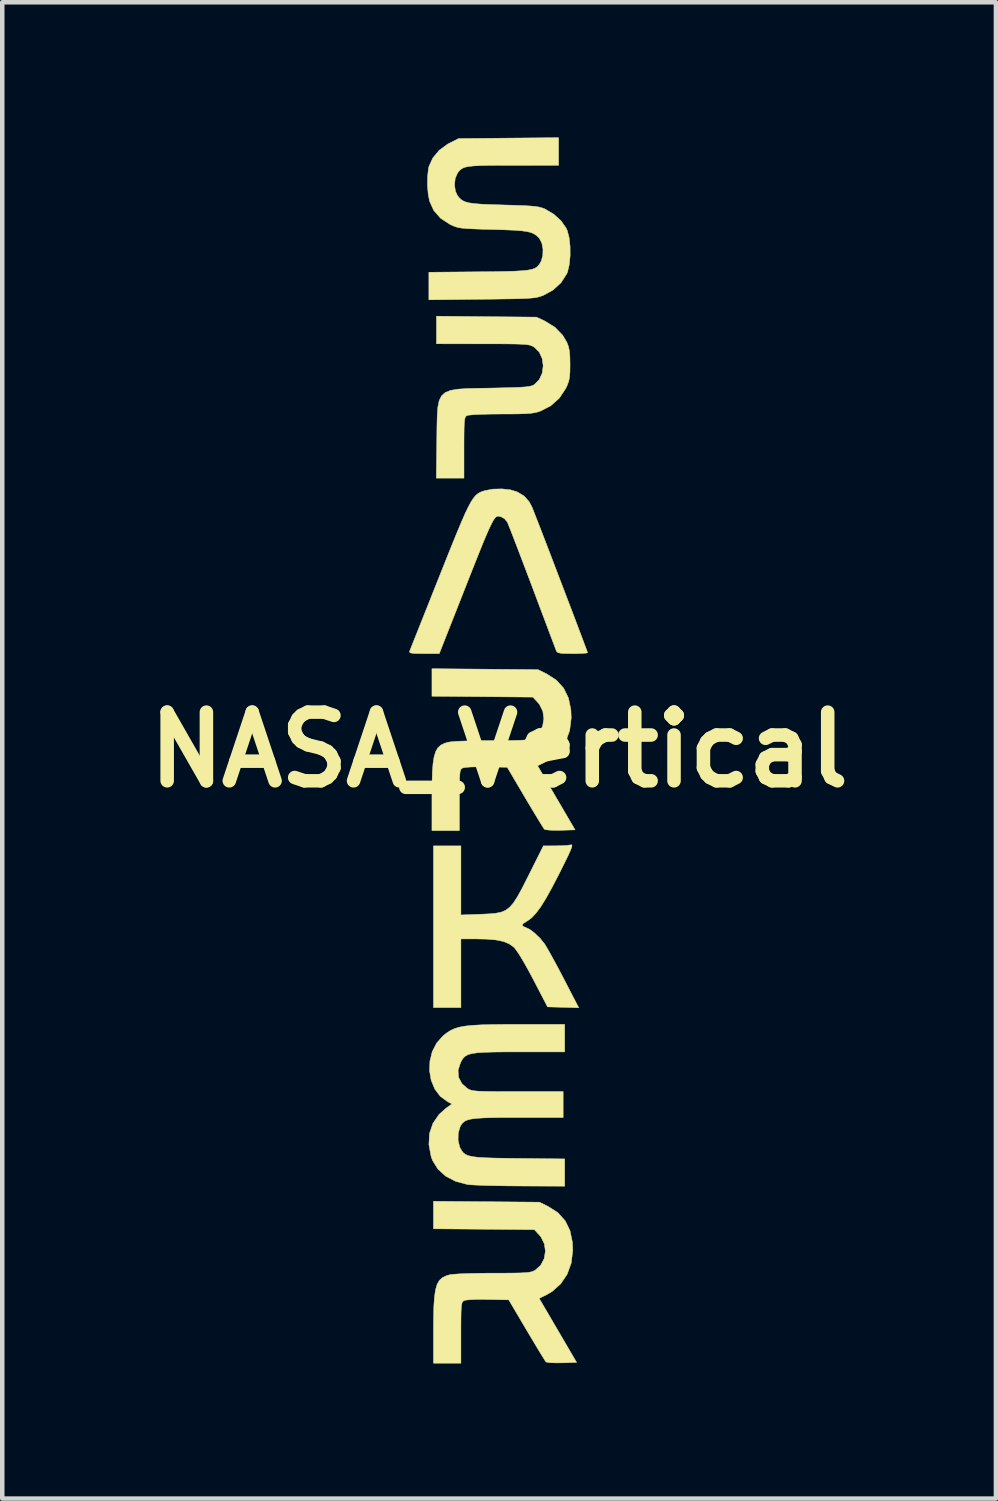
<source format=kicad_pcb>
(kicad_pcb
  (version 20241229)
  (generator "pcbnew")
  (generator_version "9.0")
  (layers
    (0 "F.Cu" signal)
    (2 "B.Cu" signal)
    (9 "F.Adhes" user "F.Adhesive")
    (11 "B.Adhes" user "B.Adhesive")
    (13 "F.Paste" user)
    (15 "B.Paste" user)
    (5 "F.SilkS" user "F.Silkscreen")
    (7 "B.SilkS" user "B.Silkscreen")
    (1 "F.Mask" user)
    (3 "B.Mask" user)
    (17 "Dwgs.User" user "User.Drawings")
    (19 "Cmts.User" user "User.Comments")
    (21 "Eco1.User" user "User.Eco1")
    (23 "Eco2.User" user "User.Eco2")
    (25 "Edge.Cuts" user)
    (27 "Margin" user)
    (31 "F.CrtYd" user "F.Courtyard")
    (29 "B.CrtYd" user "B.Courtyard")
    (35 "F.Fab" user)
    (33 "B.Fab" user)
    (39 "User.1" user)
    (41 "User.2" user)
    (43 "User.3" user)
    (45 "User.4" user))
  (footprint "NASA_Vertical"
    (layer "F.Cu")
    (at 8.026 13.589)
    (property "Reference" "NASA_Vertical" (at 0 0 0) (layer "F.SilkS") (effects (font (size 1.524 1.524) (thickness 0.3))))
    (attr through_hole)
    (fp_poly (pts (xy 1.619 2.126) (xy 1.611 2.166) (xy 1.583 2.237) (xy 1.534 2.346) (xy 1.459 2.499) (xy 1.357 2.704) (xy 1.326 2.766) (xy 1.173 3.06) (xy 1.041 3.298) (xy 0.925 3.485) (xy 0.82 3.626) (xy 0.724 3.729) (xy 0.63 3.798) (xy 0.606 3.812) (xy 0.527 3.864) (xy 0.515 3.906) (xy 0.57 3.937) (xy 0.584 3.941) (xy 0.681 3.987) (xy 0.797 4.076) (xy 0.914 4.19) (xy 1.012 4.312) (xy 1.057 4.386) (xy 1.127 4.508) (xy 1.214 4.667) (xy 1.314 4.851) (xy 1.418 5.05) (xy 1.439 5.09) (xy 1.768 5.726) (xy 1.422 5.716) (xy 1.076 5.707) (xy 0.759 5.097) (xy 0.635 4.866) (xy 0.524 4.67) (xy 0.43 4.517) (xy 0.356 4.414) (xy 0.327 4.381) (xy 0.225 4.308) (xy 0.096 4.255) (xy -0.071 4.221) (xy -0.286 4.203) (xy -0.493 4.199) (xy -0.847 4.199) (xy -0.847 5.723) (xy -1.456 5.723) (xy -1.456 2.134) (xy -0.847 2.134) (xy -0.847 3.667) (xy -0.415 3.651) (xy -0.229 3.643) (xy -0.079 3.63) (xy 0.043 3.606) (xy 0.145 3.564) (xy 0.234 3.497) (xy 0.319 3.399) (xy 0.407 3.263) (xy 0.506 3.084) (xy 0.623 2.853) (xy 0.691 2.718) (xy 0.983 2.134) (xy 1.245 2.133) (xy 1.382 2.13) (xy 1.502 2.123) (xy 1.581 2.113) (xy 1.587 2.111) (xy 1.61 2.11) (xy 1.619 2.126)) (stroke (width 0.01) (type solid)) (fill yes) (layer "F.SilkS"))
    (fp_poly (pts (xy -0.313 -1.788) (xy 0.864 -1.778) (xy 1.057 -1.683) (xy 1.272 -1.544) (xy 1.433 -1.366) (xy 1.54 -1.147) (xy 1.594 -0.886) (xy 1.601 -0.705) (xy 1.567 -0.427) (xy 1.477 -0.179) (xy 1.335 0.034) (xy 1.144 0.203) (xy 1.008 0.282) (xy 0.855 0.356) (xy 1.687 1.778) (xy 1.363 1.788) (xy 1.22 1.789) (xy 1.101 1.783) (xy 1.025 1.773) (xy 1.006 1.765) (xy 0.98 1.727) (xy 0.925 1.64) (xy 0.847 1.512) (xy 0.75 1.351) (xy 0.64 1.167) (xy 0.577 1.061) (xy 0.181 0.389) (xy -0.282 0.38) (xy -0.485 0.379) (xy -0.648 0.384) (xy -0.762 0.394) (xy -0.813 0.407) (xy -0.836 0.422) (xy -0.853 0.448) (xy -0.865 0.492) (xy -0.873 0.565) (xy -0.878 0.674) (xy -0.88 0.83) (xy -0.881 1.042) (xy -0.881 1.119) (xy -0.881 1.795) (xy -1.49 1.795) (xy -1.49 1.088) (xy -1.488 0.772) (xy -1.481 0.516) (xy -1.466 0.313) (xy -1.442 0.157) (xy -1.406 0.041) (xy -1.358 -0.043) (xy -1.293 -0.102) (xy -1.212 -0.142) (xy -1.134 -0.166) (xy -1.052 -0.178) (xy -0.911 -0.188) (xy -0.722 -0.195) (xy -0.493 -0.201) (xy -0.233 -0.203) (xy -0.163 -0.203) (xy 0.097 -0.204) (xy 0.298 -0.205) (xy 0.45 -0.209) (xy 0.56 -0.215) (xy 0.64 -0.223) (xy 0.696 -0.236) (xy 0.739 -0.253) (xy 0.769 -0.27) (xy 0.891 -0.381) (xy 0.967 -0.526) (xy 0.994 -0.69) (xy 0.971 -0.856) (xy 0.896 -1.006) (xy 0.866 -1.042) (xy 0.75 -1.168) (xy -0.37 -1.178) (xy -1.49 -1.188) (xy -1.49 -1.798) (xy -0.313 -1.788)) (stroke (width 0.01) (type solid)) (fill yes) (layer "F.SilkS"))
    (fp_poly (pts (xy -0.279 10.031) (xy 0.897 10.041) (xy 1.091 10.137) (xy 1.306 10.275) (xy 1.467 10.454) (xy 1.574 10.673) (xy 1.628 10.934) (xy 1.635 11.115) (xy 1.601 11.392) (xy 1.511 11.641) (xy 1.368 11.853) (xy 1.178 12.023) (xy 1.042 12.102) (xy 0.889 12.175) (xy 1.305 12.886) (xy 1.721 13.597) (xy 1.397 13.607) (xy 1.253 13.608) (xy 1.135 13.603) (xy 1.058 13.592) (xy 1.04 13.584) (xy 1.014 13.547) (xy 0.959 13.459) (xy 0.88 13.331) (xy 0.784 13.17) (xy 0.674 12.986) (xy 0.611 12.88) (xy 0.215 12.209) (xy -0.249 12.2) (xy -0.451 12.198) (xy -0.614 12.203) (xy -0.728 12.213) (xy -0.779 12.226) (xy -0.802 12.242) (xy -0.819 12.267) (xy -0.831 12.312) (xy -0.839 12.384) (xy -0.844 12.494) (xy -0.846 12.65) (xy -0.847 12.862) (xy -0.847 12.938) (xy -0.847 13.614) (xy -1.456 13.614) (xy -1.456 12.908) (xy -1.454 12.591) (xy -1.447 12.335) (xy -1.432 12.133) (xy -1.408 11.977) (xy -1.373 11.86) (xy -1.324 11.776) (xy -1.259 11.717) (xy -1.178 11.677) (xy -1.1 11.653) (xy -1.018 11.642) (xy -0.877 11.632) (xy -0.688 11.624) (xy -0.459 11.619) (xy -0.199 11.616) (xy -0.129 11.616) (xy 0.131 11.616) (xy 0.332 11.614) (xy 0.483 11.611) (xy 0.594 11.605) (xy 0.673 11.596) (xy 0.73 11.583) (xy 0.773 11.566) (xy 0.803 11.55) (xy 0.925 11.439) (xy 1.001 11.293) (xy 1.028 11.129) (xy 1.005 10.964) (xy 0.93 10.814) (xy 0.9 10.778) (xy 0.784 10.651) (xy -0.336 10.641) (xy -1.456 10.632) (xy -1.456 10.021) (xy -0.279 10.031)) (stroke (width 0.01) (type solid)) (fill yes) (layer "F.SilkS"))
    (fp_poly (pts (xy -0.279 -9.611) (xy 0.83 -9.601) (xy 1.016 -9.514) (xy 1.241 -9.375) (xy 1.413 -9.197) (xy 1.504 -9.043) (xy 1.539 -8.951) (xy 1.561 -8.85) (xy 1.572 -8.72) (xy 1.575 -8.551) (xy 1.573 -8.387) (xy 1.564 -8.269) (xy 1.545 -8.177) (xy 1.512 -8.087) (xy 1.48 -8.019) (xy 1.337 -7.803) (xy 1.146 -7.633) (xy 0.924 -7.519) (xy 0.855 -7.495) (xy 0.781 -7.478) (xy 0.693 -7.465) (xy 0.579 -7.458) (xy 0.428 -7.453) (xy 0.228 -7.451) (xy 0.047 -7.451) (xy -0.193 -7.449) (xy -0.398 -7.444) (xy -0.559 -7.436) (xy -0.667 -7.426) (xy -0.713 -7.416) (xy -0.736 -7.4) (xy -0.752 -7.373) (xy -0.764 -7.327) (xy -0.772 -7.252) (xy -0.776 -7.139) (xy -0.778 -6.979) (xy -0.779 -6.762) (xy -0.779 -6.704) (xy -0.779 -6.028) (xy -1.393 -6.028) (xy -1.382 -6.868) (xy -1.379 -7.17) (xy -1.373 -7.413) (xy -1.359 -7.604) (xy -1.329 -7.749) (xy -1.276 -7.855) (xy -1.195 -7.928) (xy -1.077 -7.975) (xy -0.918 -8.002) (xy -0.71 -8.016) (xy -0.446 -8.022) (xy -0.188 -8.026) (xy 0.084 -8.032) (xy 0.297 -8.038) (xy 0.459 -8.044) (xy 0.578 -8.052) (xy 0.662 -8.062) (xy 0.721 -8.075) (xy 0.763 -8.092) (xy 0.784 -8.105) (xy 0.893 -8.216) (xy 0.958 -8.36) (xy 0.979 -8.521) (xy 0.957 -8.681) (xy 0.892 -8.824) (xy 0.784 -8.932) (xy 0.773 -8.94) (xy 0.737 -8.959) (xy 0.697 -8.975) (xy 0.645 -8.987) (xy 0.572 -8.995) (xy 0.47 -9.001) (xy 0.332 -9.005) (xy 0.15 -9.007) (xy -0.085 -9.008) (xy -0.364 -9.008) (xy -1.389 -9.009) (xy -1.389 -9.622) (xy -0.279 -9.611)) (stroke (width 0.01) (type solid)) (fill yes) (layer "F.SilkS"))
    (fp_poly (pts (xy 1.456 6.706) (xy 0.449 6.706) (xy 0.133 6.706) (xy -0.122 6.709) (xy -0.324 6.715) (xy -0.48 6.725) (xy -0.598 6.742) (xy -0.684 6.765) (xy -0.747 6.798) (xy -0.793 6.84) (xy -0.829 6.894) (xy -0.855 6.943) (xy -0.91 7.114) (xy -0.899 7.271) (xy -0.824 7.411) (xy -0.714 7.509) (xy -0.68 7.531) (xy -0.644 7.548) (xy -0.599 7.562) (xy -0.537 7.571) (xy -0.449 7.578) (xy -0.329 7.582) (xy -0.167 7.585) (xy 0.045 7.586) (xy 0.313 7.586) (xy 0.411 7.586) (xy 1.422 7.586) (xy 1.422 8.162) (xy 0.42 8.162) (xy 0.105 8.162) (xy -0.15 8.165) (xy -0.352 8.171) (xy -0.507 8.181) (xy -0.624 8.197) (xy -0.709 8.219) (xy -0.771 8.249) (xy -0.815 8.289) (xy -0.849 8.338) (xy -0.865 8.368) (xy -0.906 8.505) (xy -0.91 8.664) (xy -0.876 8.811) (xy -0.863 8.84) (xy -0.83 8.898) (xy -0.794 8.945) (xy -0.745 8.982) (xy -0.679 9.01) (xy -0.586 9.031) (xy -0.46 9.046) (xy -0.294 9.056) (xy -0.08 9.063) (xy 0.189 9.067) (xy 0.432 9.07) (xy 1.456 9.081) (xy 1.456 9.686) (xy 0.466 9.682) (xy 0.203 9.68) (xy -0.046 9.676) (xy -0.271 9.671) (xy -0.461 9.664) (xy -0.607 9.657) (xy -0.697 9.649) (xy -0.705 9.648) (xy -0.966 9.578) (xy -1.186 9.463) (xy -1.357 9.307) (xy -1.476 9.116) (xy -1.508 9.028) (xy -1.557 8.763) (xy -1.544 8.516) (xy -1.468 8.292) (xy -1.333 8.095) (xy -1.18 7.958) (xy -1.045 7.861) (xy -1.144 7.81) (xy -1.307 7.69) (xy -1.428 7.528) (xy -1.507 7.336) (xy -1.543 7.126) (xy -1.535 6.91) (xy -1.483 6.7) (xy -1.385 6.509) (xy -1.243 6.349) (xy -1.162 6.285) (xy -1.08 6.232) (xy -0.99 6.19) (xy -0.883 6.157) (xy -0.752 6.133) (xy -0.59 6.116) (xy -0.387 6.105) (xy -0.138 6.099) (xy 0.167 6.096) (xy 0.393 6.096) (xy 1.456 6.096) (xy 1.456 6.706)) (stroke (width 0.01) (type solid)) (fill yes) (layer "F.SilkS"))
    (fp_poly (pts (xy 0.252 -5.768) (xy 0.401 -5.723) (xy 0.557 -5.63) (xy 0.668 -5.503) (xy 0.73 -5.386) (xy 0.754 -5.328) (xy 0.797 -5.217) (xy 0.858 -5.061) (xy 0.934 -4.866) (xy 1.021 -4.639) (xy 1.117 -4.39) (xy 1.219 -4.123) (xy 1.324 -3.847) (xy 1.43 -3.57) (xy 1.534 -3.297) (xy 1.633 -3.038) (xy 1.724 -2.798) (xy 1.804 -2.585) (xy 1.871 -2.407) (xy 1.922 -2.271) (xy 1.954 -2.184) (xy 1.964 -2.153) (xy 1.933 -2.145) (xy 1.848 -2.138) (xy 1.724 -2.134) (xy 1.629 -2.134) (xy 1.473 -2.135) (xy 1.371 -2.141) (xy 1.311 -2.154) (xy 1.281 -2.175) (xy 1.271 -2.193) (xy 1.255 -2.236) (xy 1.217 -2.336) (xy 1.16 -2.486) (xy 1.088 -2.678) (xy 1.002 -2.907) (xy 0.905 -3.164) (xy 0.8 -3.444) (xy 0.739 -3.607) (xy 0.629 -3.897) (xy 0.525 -4.171) (xy 0.43 -4.42) (xy 0.346 -4.638) (xy 0.277 -4.818) (xy 0.224 -4.952) (xy 0.191 -5.034) (xy 0.182 -5.054) (xy 0.119 -5.129) (xy 0.047 -5.169) (xy 0.016 -5.177) (xy -0.012 -5.183) (xy -0.038 -5.181) (xy -0.064 -5.168) (xy -0.093 -5.14) (xy -0.127 -5.092) (xy -0.166 -5.02) (xy -0.215 -4.919) (xy -0.273 -4.786) (xy -0.345 -4.617) (xy -0.43 -4.406) (xy -0.532 -4.151) (xy -0.653 -3.846) (xy -0.794 -3.487) (xy -0.958 -3.071) (xy -0.997 -2.972) (xy -1.327 -2.134) (xy -1.666 -2.134) (xy -1.821 -2.135) (xy -1.919 -2.14) (xy -1.972 -2.151) (xy -1.988 -2.169) (xy -1.986 -2.185) (xy -1.969 -2.226) (xy -1.931 -2.324) (xy -1.872 -2.472) (xy -1.795 -2.665) (xy -1.703 -2.896) (xy -1.598 -3.16) (xy -1.483 -3.45) (xy -1.36 -3.76) (xy -1.318 -3.864) (xy -1.166 -4.246) (xy -1.036 -4.57) (xy -0.925 -4.842) (xy -0.831 -5.065) (xy -0.752 -5.246) (xy -0.683 -5.389) (xy -0.624 -5.499) (xy -0.57 -5.581) (xy -0.521 -5.641) (xy -0.471 -5.683) (xy -0.42 -5.713) (xy -0.364 -5.735) (xy -0.315 -5.75) (xy -0.137 -5.784) (xy 0.062 -5.789) (xy 0.252 -5.768)) (stroke (width 0.01) (type solid)) (fill yes) (layer "F.SilkS"))
    (fp_poly (pts (xy 1.321 -12.971) (xy 0.313 -12.97) (xy 0.01 -12.97) (xy -0.234 -12.968) (xy -0.425 -12.964) (xy -0.572 -12.956) (xy -0.681 -12.944) (xy -0.761 -12.926) (xy -0.819 -12.901) (xy -0.863 -12.869) (xy -0.9 -12.828) (xy -0.922 -12.798) (xy -0.973 -12.682) (xy -0.989 -12.538) (xy -0.969 -12.396) (xy -0.923 -12.297) (xy -0.877 -12.241) (xy -0.826 -12.197) (xy -0.761 -12.163) (xy -0.675 -12.139) (xy -0.556 -12.121) (xy -0.397 -12.108) (xy -0.189 -12.099) (xy 0.077 -12.091) (xy 0.102 -12.09) (xy 0.354 -12.083) (xy 0.549 -12.076) (xy 0.697 -12.067) (xy 0.807 -12.057) (xy 0.89 -12.043) (xy 0.955 -12.025) (xy 1.014 -12.003) (xy 1.02 -12) (xy 1.211 -11.887) (xy 1.372 -11.742) (xy 1.487 -11.579) (xy 1.514 -11.521) (xy 1.555 -11.362) (xy 1.576 -11.168) (xy 1.577 -10.962) (xy 1.558 -10.766) (xy 1.52 -10.605) (xy 1.503 -10.564) (xy 1.375 -10.365) (xy 1.196 -10.201) (xy 0.986 -10.086) (xy 0.933 -10.066) (xy 0.879 -10.049) (xy 0.817 -10.036) (xy 0.739 -10.026) (xy 0.639 -10.018) (xy 0.506 -10.012) (xy 0.335 -10.007) (xy 0.117 -10.004) (xy -0.155 -10) (xy -0.381 -9.998) (xy -1.558 -9.985) (xy -1.558 -10.597) (xy -0.449 -10.607) (xy -0.122 -10.61) (xy 0.144 -10.615) (xy 0.356 -10.621) (xy 0.522 -10.631) (xy 0.648 -10.645) (xy 0.741 -10.665) (xy 0.808 -10.692) (xy 0.857 -10.727) (xy 0.894 -10.772) (xy 0.926 -10.827) (xy 0.935 -10.844) (xy 0.97 -10.965) (xy 0.975 -11.108) (xy 0.949 -11.244) (xy 0.897 -11.346) (xy 0.894 -11.349) (xy 0.841 -11.403) (xy 0.785 -11.444) (xy 0.716 -11.476) (xy 0.626 -11.499) (xy 0.504 -11.516) (xy 0.342 -11.529) (xy 0.131 -11.538) (xy -0.135 -11.546) (xy -0.382 -11.552) (xy -0.572 -11.559) (xy -0.715 -11.566) (xy -0.821 -11.576) (xy -0.901 -11.588) (xy -0.965 -11.606) (xy -1.025 -11.629) (xy -1.089 -11.66) (xy -1.092 -11.661) (xy -1.298 -11.795) (xy -1.449 -11.968) (xy -1.542 -12.173) (xy -1.573 -12.33) (xy -1.589 -12.521) (xy -1.587 -12.716) (xy -1.569 -12.887) (xy -1.556 -12.945) (xy -1.47 -13.134) (xy -1.328 -13.304) (xy -1.142 -13.44) (xy -1.101 -13.462) (xy -0.897 -13.564) (xy 0.212 -13.574) (xy 1.321 -13.584) (xy 1.321 -12.971)) (stroke (width 0.01) (type solid)) (fill yes) (layer "F.SilkS")))
  (gr_rect
    (start -3 -3)
    (end 19.053 30.208)
    (stroke (width 0.1) (type default))
    (fill no)
    (layer "Edge.Cuts")))
</source>
